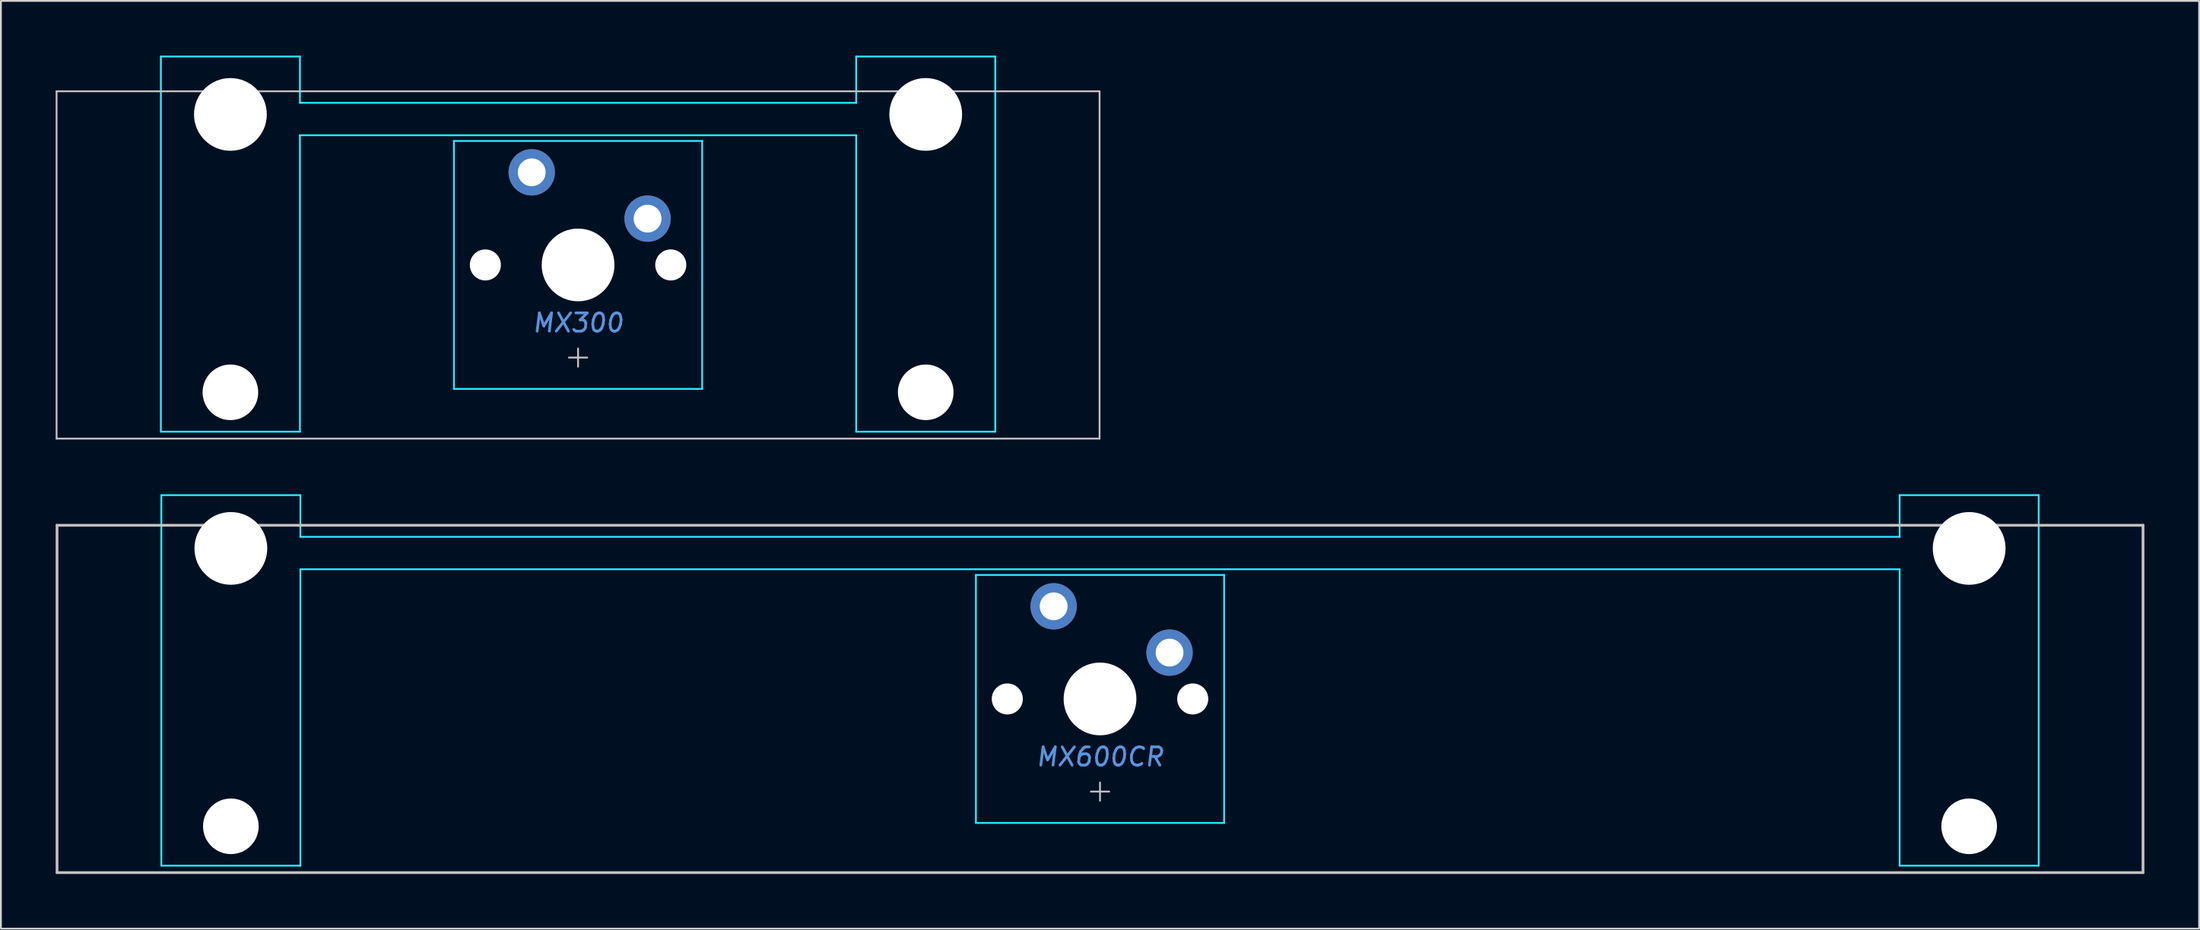
<source format=kicad_pcb>
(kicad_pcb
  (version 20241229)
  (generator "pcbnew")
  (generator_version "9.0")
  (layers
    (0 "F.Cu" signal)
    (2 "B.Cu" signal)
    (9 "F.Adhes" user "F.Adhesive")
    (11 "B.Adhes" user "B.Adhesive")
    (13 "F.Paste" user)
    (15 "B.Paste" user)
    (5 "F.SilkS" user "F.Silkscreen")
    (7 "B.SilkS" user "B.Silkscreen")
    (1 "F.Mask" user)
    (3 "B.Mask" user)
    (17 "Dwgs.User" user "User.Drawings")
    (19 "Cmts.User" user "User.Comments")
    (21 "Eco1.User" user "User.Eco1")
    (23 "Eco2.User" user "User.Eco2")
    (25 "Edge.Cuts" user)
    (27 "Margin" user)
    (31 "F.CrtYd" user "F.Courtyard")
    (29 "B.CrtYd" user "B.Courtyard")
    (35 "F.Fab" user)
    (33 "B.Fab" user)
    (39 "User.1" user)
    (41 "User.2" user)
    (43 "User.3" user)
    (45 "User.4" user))
  (footprint "MX600CR"
    (layer "F.Cu")
    (at 57.225 35.281)
    (property "Reference" "MX600CR" (at 0 3.175 0) (layer "Cmts.User") (effects (font (size 1 1) (thickness 0.15) (italic yes))))
    (attr through_hole)
    (fp_line (start -57.15 -9.525) (end 57.15 -9.525) (stroke (width 0.15) (type solid)) (layer "Dwgs.User"))
    (fp_line (start -57.15 9.525) (end -57.15 -9.525) (stroke (width 0.15) (type solid)) (layer "Dwgs.User"))
    (fp_line (start -57.15 9.525) (end 57.15 9.525) (stroke (width 0.15) (type solid)) (layer "Dwgs.User"))
    (fp_line (start -0.5 5.08) (end 0.5 5.08) (stroke (width 0.1) (type solid)) (layer "Dwgs.User"))
    (fp_line (start 0 5.58) (end 0 4.58) (stroke (width 0.1) (type solid)) (layer "Dwgs.User"))
    (fp_line (start 57.15 -9.525) (end 57.15 9.525) (stroke (width 0.15) (type solid)) (layer "Dwgs.User"))
    (fp_line (start -51.125 -8.515) (end -51.125 5.485) (stroke (width 0.1) (type solid)) (layer "Eco1.User"))
    (fp_line (start -50.625 -9.015) (end -44.625 -9.015) (stroke (width 0.1) (type solid)) (layer "Eco1.User"))
    (fp_line (start -44.625 5.985) (end -50.625 5.985) (stroke (width 0.1) (type solid)) (layer "Eco1.User"))
    (fp_line (start -44.125 5.485) (end -44.125 -8.515) (stroke (width 0.1) (type solid)) (layer "Eco1.User"))
    (fp_line (start -7 -6.5) (end -7 6.5) (stroke (width 0.1) (type solid)) (layer "Eco1.User"))
    (fp_line (start -6.5 7) (end 6.5 7) (stroke (width 0.1) (type solid)) (layer "Eco1.User"))
    (fp_line (start 6.5 -7) (end -6.5 -7) (stroke (width 0.1) (type solid)) (layer "Eco1.User"))
    (fp_line (start 7 6.5) (end 7 -6.5) (stroke (width 0.1) (type solid)) (layer "Eco1.User"))
    (fp_line (start 44.125 -8.515) (end 44.125 5.485) (stroke (width 0.1) (type solid)) (layer "Eco1.User"))
    (fp_line (start 44.625 -9.015) (end 50.625 -9.015) (stroke (width 0.1) (type solid)) (layer "Eco1.User"))
    (fp_line (start 50.625 5.985) (end 44.625 5.985) (stroke (width 0.1) (type solid)) (layer "Eco1.User"))
    (fp_line (start 51.125 5.485) (end 51.125 -8.515) (stroke (width 0.1) (type solid)) (layer "Eco1.User"))
    (fp_arc (start -51.125 -8.515) (mid -50.978553 -8.868553) (end -50.625 -9.015) (stroke (width 0.1) (type solid)) (layer "Eco1.User"))
    (fp_arc (start -50.625 5.985) (mid -50.978553 5.838553) (end -51.125 5.485) (stroke (width 0.1) (type solid)) (layer "Eco1.User"))
    (fp_arc (start -44.625 -9.015) (mid -44.271447 -8.868553) (end -44.125 -8.515) (stroke (width 0.1) (type solid)) (layer "Eco1.User"))
    (fp_arc (start -44.125 5.485) (mid -44.271447 5.838553) (end -44.625 5.985) (stroke (width 0.1) (type solid)) (layer "Eco1.User"))
    (fp_arc (start -7 -6.5) (mid -6.853553 -6.853553) (end -6.5 -7) (stroke (width 0.1) (type solid)) (layer "Eco1.User"))
    (fp_arc (start -6.5 7) (mid -6.853553 6.853553) (end -7 6.5) (stroke (width 0.1) (type solid)) (layer "Eco1.User"))
    (fp_arc (start 6.5 -7) (mid 6.853553 -6.853553) (end 7 -6.5) (stroke (width 0.1) (type solid)) (layer "Eco1.User"))
    (fp_arc (start 7 6.5) (mid 6.853553 6.853553) (end 6.5 7) (stroke (width 0.1) (type solid)) (layer "Eco1.User"))
    (fp_arc (start 44.125 -8.515) (mid 44.271447 -8.868553) (end 44.625 -9.015) (stroke (width 0.1) (type solid)) (layer "Eco1.User"))
    (fp_arc (start 44.625 5.985) (mid 44.271447 5.838553) (end 44.125 5.485) (stroke (width 0.1) (type solid)) (layer "Eco1.User"))
    (fp_arc (start 50.625 -9.015) (mid 50.978553 -8.868553) (end 51.125 -8.515) (stroke (width 0.1) (type solid)) (layer "Eco1.User"))
    (fp_arc (start 51.125 5.485) (mid 50.978553 5.838553) (end 50.625 5.985) (stroke (width 0.1) (type solid)) (layer "Eco1.User"))
    (fp_line (start -51.435 9.144) (end -51.435 -11.176) (stroke (width 0.1) (type solid)) (layer "B.CrtYd"))
    (fp_line (start -43.815 -11.176) (end -51.435 -11.176) (stroke (width 0.1) (type solid)) (layer "B.CrtYd"))
    (fp_line (start -43.815 -8.89) (end -43.815 -11.176) (stroke (width 0.1) (type solid)) (layer "B.CrtYd"))
    (fp_line (start -43.815 -7.112) (end -43.815 9.144) (stroke (width 0.1) (type solid)) (layer "B.CrtYd"))
    (fp_line (start -43.815 9.144) (end -51.435 9.144) (stroke (width 0.1) (type solid)) (layer "B.CrtYd"))
    (fp_line (start -6.8 -6.8) (end -6.8 6.8) (stroke (width 0.1) (type solid)) (layer "B.CrtYd"))
    (fp_line (start -6.8 -6.8) (end 6.8 -6.8) (stroke (width 0.1) (type solid)) (layer "B.CrtYd"))
    (fp_line (start -6.8 6.8) (end 6.8 6.8) (stroke (width 0.1) (type solid)) (layer "B.CrtYd"))
    (fp_line (start 6.8 6.8) (end 6.8 -6.8) (stroke (width 0.1) (type solid)) (layer "B.CrtYd"))
    (fp_line (start 43.815 -8.89) (end -43.815 -8.89) (stroke (width 0.1) (type solid)) (layer "B.CrtYd"))
    (fp_line (start 43.815 -8.89) (end 43.815 -11.176) (stroke (width 0.1) (type solid)) (layer "B.CrtYd"))
    (fp_line (start 43.815 -7.112) (end -43.815 -7.112) (stroke (width 0.1) (type solid)) (layer "B.CrtYd"))
    (fp_line (start 43.815 -7.112) (end 43.815 9.144) (stroke (width 0.1) (type solid)) (layer "B.CrtYd"))
    (fp_line (start 51.435 -11.176) (end 43.815 -11.176) (stroke (width 0.1) (type solid)) (layer "B.CrtYd"))
    (fp_line (start 51.435 9.144) (end 43.815 9.144) (stroke (width 0.1) (type solid)) (layer "B.CrtYd"))
    (fp_line (start 51.435 9.144) (end 51.435 -11.176) (stroke (width 0.1) (type solid)) (layer "B.CrtYd"))
    (pad "" np_thru_hole circle (at -47.625 -8.255) (size 3.988 3.988) (drill 3.988) (layers "*.Cu" "*.Mask"))
    (pad "" np_thru_hole circle (at -47.625 6.985) (size 3.048 3.048) (drill 3.048) (layers "*.Cu" "*.Mask"))
    (pad "" np_thru_hole circle (at -5.08 0) (size 1.702 1.702) (drill 1.702) (layers "*.Cu" "*.Mask"))
    (pad "" connect circle (at -2.54 -5.08) (size 1.524 1.524) (layers "B.Mask"))
    (pad "" np_thru_hole circle (at 0 0) (size 3.988 3.988) (drill 3.988) (layers "*.Cu" "*.Mask"))
    (pad "" connect circle (at 3.81 -2.54) (size 1.524 1.524) (layers "B.Mask"))
    (pad "" np_thru_hole circle (at 5.08 0) (size 1.702 1.702) (drill 1.702) (layers "*.Cu" "*.Mask"))
    (pad "" np_thru_hole circle (at 47.625 -8.255) (size 3.988 3.988) (drill 3.988) (layers "*.Cu" "*.Mask"))
    (pad "" np_thru_hole circle (at 47.625 6.985) (size 3.048 3.048) (drill 3.048) (layers "*.Cu" "*.Mask"))
    (pad "1" thru_hole circle (at -2.54 -5.08) (size 2.54 2.54) (drill 1.524) (layers "*.Cu" "F.Mask"))
    (pad "2" thru_hole circle (at 3.81 -2.54) (size 2.54 2.54) (drill 1.524) (layers "*.Cu" "F.Mask")))
  (footprint "MX300"
    (layer "F.Cu")
    (at 28.625 11.48)
    (property "Reference" "MX300" (at 0 3.175 0) (layer "Cmts.User") (effects (font (size 1 1) (thickness 0.15) (italic yes))))
    (attr through_hole)
    (fp_line (start -28.575 -9.525) (end -28.575 9.525) (stroke (width 0.1) (type solid)) (layer "Dwgs.User"))
    (fp_line (start -28.575 -9.525) (end 28.575 -9.525) (stroke (width 0.1) (type solid)) (layer "Dwgs.User"))
    (fp_line (start -28.575 9.525) (end 28.575 9.525) (stroke (width 0.1) (type solid)) (layer "Dwgs.User"))
    (fp_line (start -0.5 5.08) (end 0.5 5.08) (stroke (width 0.1) (type solid)) (layer "Dwgs.User"))
    (fp_line (start 0 5.58) (end 0 4.58) (stroke (width 0.1) (type solid)) (layer "Dwgs.User"))
    (fp_line (start 28.575 -9.525) (end 28.575 9.525) (stroke (width 0.1) (type solid)) (layer "Dwgs.User"))
    (fp_line (start -22.55 -8.515) (end -22.55 5.485) (stroke (width 0.1) (type solid)) (layer "Eco1.User"))
    (fp_line (start -22.05 -9.015) (end -16.05 -9.015) (stroke (width 0.1) (type solid)) (layer "Eco1.User"))
    (fp_line (start -16.05 5.985) (end -22.05 5.985) (stroke (width 0.1) (type solid)) (layer "Eco1.User"))
    (fp_line (start -15.55 5.485) (end -15.55 -8.515) (stroke (width 0.1) (type solid)) (layer "Eco1.User"))
    (fp_line (start -7 -6.5) (end -7 6.5) (stroke (width 0.1) (type solid)) (layer "Eco1.User"))
    (fp_line (start -6.5 7) (end 6.5 7) (stroke (width 0.1) (type solid)) (layer "Eco1.User"))
    (fp_line (start 6.5 -7) (end -6.5 -7) (stroke (width 0.1) (type solid)) (layer "Eco1.User"))
    (fp_line (start 7 6.5) (end 7 -6.5) (stroke (width 0.1) (type solid)) (layer "Eco1.User"))
    (fp_line (start 15.55 -8.515) (end 15.55 5.485) (stroke (width 0.1) (type solid)) (layer "Eco1.User"))
    (fp_line (start 16.05 -9.015) (end 22.05 -9.015) (stroke (width 0.1) (type solid)) (layer "Eco1.User"))
    (fp_line (start 22.05 5.985) (end 16.05 5.985) (stroke (width 0.1) (type solid)) (layer "Eco1.User"))
    (fp_line (start 22.55 5.485) (end 22.55 -8.515) (stroke (width 0.1) (type solid)) (layer "Eco1.User"))
    (fp_arc (start -22.55 -8.515) (mid -22.403553 -8.868553) (end -22.05 -9.015) (stroke (width 0.1) (type solid)) (layer "Eco1.User"))
    (fp_arc (start -22.05 5.985) (mid -22.403553 5.838553) (end -22.55 5.485) (stroke (width 0.1) (type solid)) (layer "Eco1.User"))
    (fp_arc (start -16.05 -9.015) (mid -15.696447 -8.868553) (end -15.55 -8.515) (stroke (width 0.1) (type solid)) (layer "Eco1.User"))
    (fp_arc (start -15.55 5.485) (mid -15.696447 5.838553) (end -16.05 5.985) (stroke (width 0.1) (type solid)) (layer "Eco1.User"))
    (fp_arc (start -7 -6.5) (mid -6.853553 -6.853553) (end -6.5 -7) (stroke (width 0.1) (type solid)) (layer "Eco1.User"))
    (fp_arc (start -6.5 7) (mid -6.853553 6.853553) (end -7 6.5) (stroke (width 0.1) (type solid)) (layer "Eco1.User"))
    (fp_arc (start 6.5 -7) (mid 6.853553 -6.853553) (end 7 -6.5) (stroke (width 0.1) (type solid)) (layer "Eco1.User"))
    (fp_arc (start 7 6.5) (mid 6.853553 6.853553) (end 6.5 7) (stroke (width 0.1) (type solid)) (layer "Eco1.User"))
    (fp_arc (start 15.55 -8.515) (mid 15.696447 -8.868553) (end 16.05 -9.015) (stroke (width 0.1) (type solid)) (layer "Eco1.User"))
    (fp_arc (start 16.05 5.985) (mid 15.696447 5.838553) (end 15.55 5.485) (stroke (width 0.1) (type solid)) (layer "Eco1.User"))
    (fp_arc (start 22.05 -9.015) (mid 22.403553 -8.868553) (end 22.55 -8.515) (stroke (width 0.1) (type solid)) (layer "Eco1.User"))
    (fp_arc (start 22.55 5.485) (mid 22.403553 5.838553) (end 22.05 5.985) (stroke (width 0.1) (type solid)) (layer "Eco1.User"))
    (fp_line (start -22.86 -11.43) (end -15.24 -11.43) (stroke (width 0.1) (type solid)) (layer "B.CrtYd"))
    (fp_line (start -22.86 9.144) (end -22.86 -11.43) (stroke (width 0.1) (type solid)) (layer "B.CrtYd"))
    (fp_line (start -15.24 -11.43) (end -15.24 -8.89) (stroke (width 0.1) (type solid)) (layer "B.CrtYd"))
    (fp_line (start -15.24 9.144) (end -22.86 9.144) (stroke (width 0.1) (type solid)) (layer "B.CrtYd"))
    (fp_line (start -15.24 9.144) (end -15.24 -7.112) (stroke (width 0.1) (type solid)) (layer "B.CrtYd"))
    (fp_line (start -6.8 6.8) (end -6.8 -6.8) (stroke (width 0.1) (type solid)) (layer "B.CrtYd"))
    (fp_line (start 6.8 -6.8) (end -6.8 -6.8) (stroke (width 0.1) (type solid)) (layer "B.CrtYd"))
    (fp_line (start 6.8 6.8) (end -6.8 6.8) (stroke (width 0.1) (type solid)) (layer "B.CrtYd"))
    (fp_line (start 6.8 6.8) (end 6.8 -6.8) (stroke (width 0.1) (type solid)) (layer "B.CrtYd"))
    (fp_line (start 15.24 -11.43) (end 15.24 -8.89) (stroke (width 0.1) (type solid)) (layer "B.CrtYd"))
    (fp_line (start 15.24 -11.43) (end 22.86 -11.43) (stroke (width 0.1) (type solid)) (layer "B.CrtYd"))
    (fp_line (start 15.24 -8.89) (end -15.24 -8.89) (stroke (width 0.1) (type solid)) (layer "B.CrtYd"))
    (fp_line (start 15.24 -7.112) (end -15.24 -7.112) (stroke (width 0.1) (type solid)) (layer "B.CrtYd"))
    (fp_line (start 15.24 9.144) (end 15.24 -7.112) (stroke (width 0.1) (type solid)) (layer "B.CrtYd"))
    (fp_line (start 22.86 -11.43) (end 22.86 9.144) (stroke (width 0.1) (type solid)) (layer "B.CrtYd"))
    (fp_line (start 22.86 9.144) (end 15.24 9.144) (stroke (width 0.1) (type solid)) (layer "B.CrtYd"))
    (pad "" np_thru_hole circle (at -19.05 -8.255 180) (size 3.988 3.988) (drill 3.988) (layers "*.Cu" "*.Mask"))
    (pad "" np_thru_hole circle (at -19.05 6.985 180) (size 3.048 3.048) (drill 3.048) (layers "*.Cu" "*.Mask"))
    (pad "" np_thru_hole circle (at -5.08 0) (size 1.702 1.702) (drill 1.702) (layers "*.Cu" "*.Mask"))
    (pad "" connect circle (at -2.54 -5.08) (size 1.524 1.524) (layers "B.Mask"))
    (pad "" np_thru_hole circle (at 0 0) (size 3.988 3.988) (drill 3.988) (layers "*.Cu" "*.Mask"))
    (pad "" connect circle (at 3.81 -2.54) (size 1.524 1.524) (layers "B.Mask"))
    (pad "" np_thru_hole circle (at 5.08 0) (size 1.702 1.702) (drill 1.702) (layers "*.Cu" "*.Mask"))
    (pad "" np_thru_hole circle (at 19.05 -8.255 180) (size 3.988 3.988) (drill 3.988) (layers "*.Cu" "*.Mask"))
    (pad "" np_thru_hole circle (at 19.05 6.985 180) (size 3.048 3.048) (drill 3.048) (layers "*.Cu" "*.Mask"))
    (pad "1" thru_hole circle (at -2.54 -5.08) (size 2.54 2.54) (drill 1.524) (layers "*.Cu" "F.Mask"))
    (pad "2" thru_hole circle (at 3.81 -2.54) (size 2.54 2.54) (drill 1.524) (layers "*.Cu" "F.Mask")))
  (gr_rect
    (start -3 -3)
    (end 117.45 47.881)
    (stroke (width 0.1) (type default))
    (fill no)
    (layer "Edge.Cuts")))
</source>
